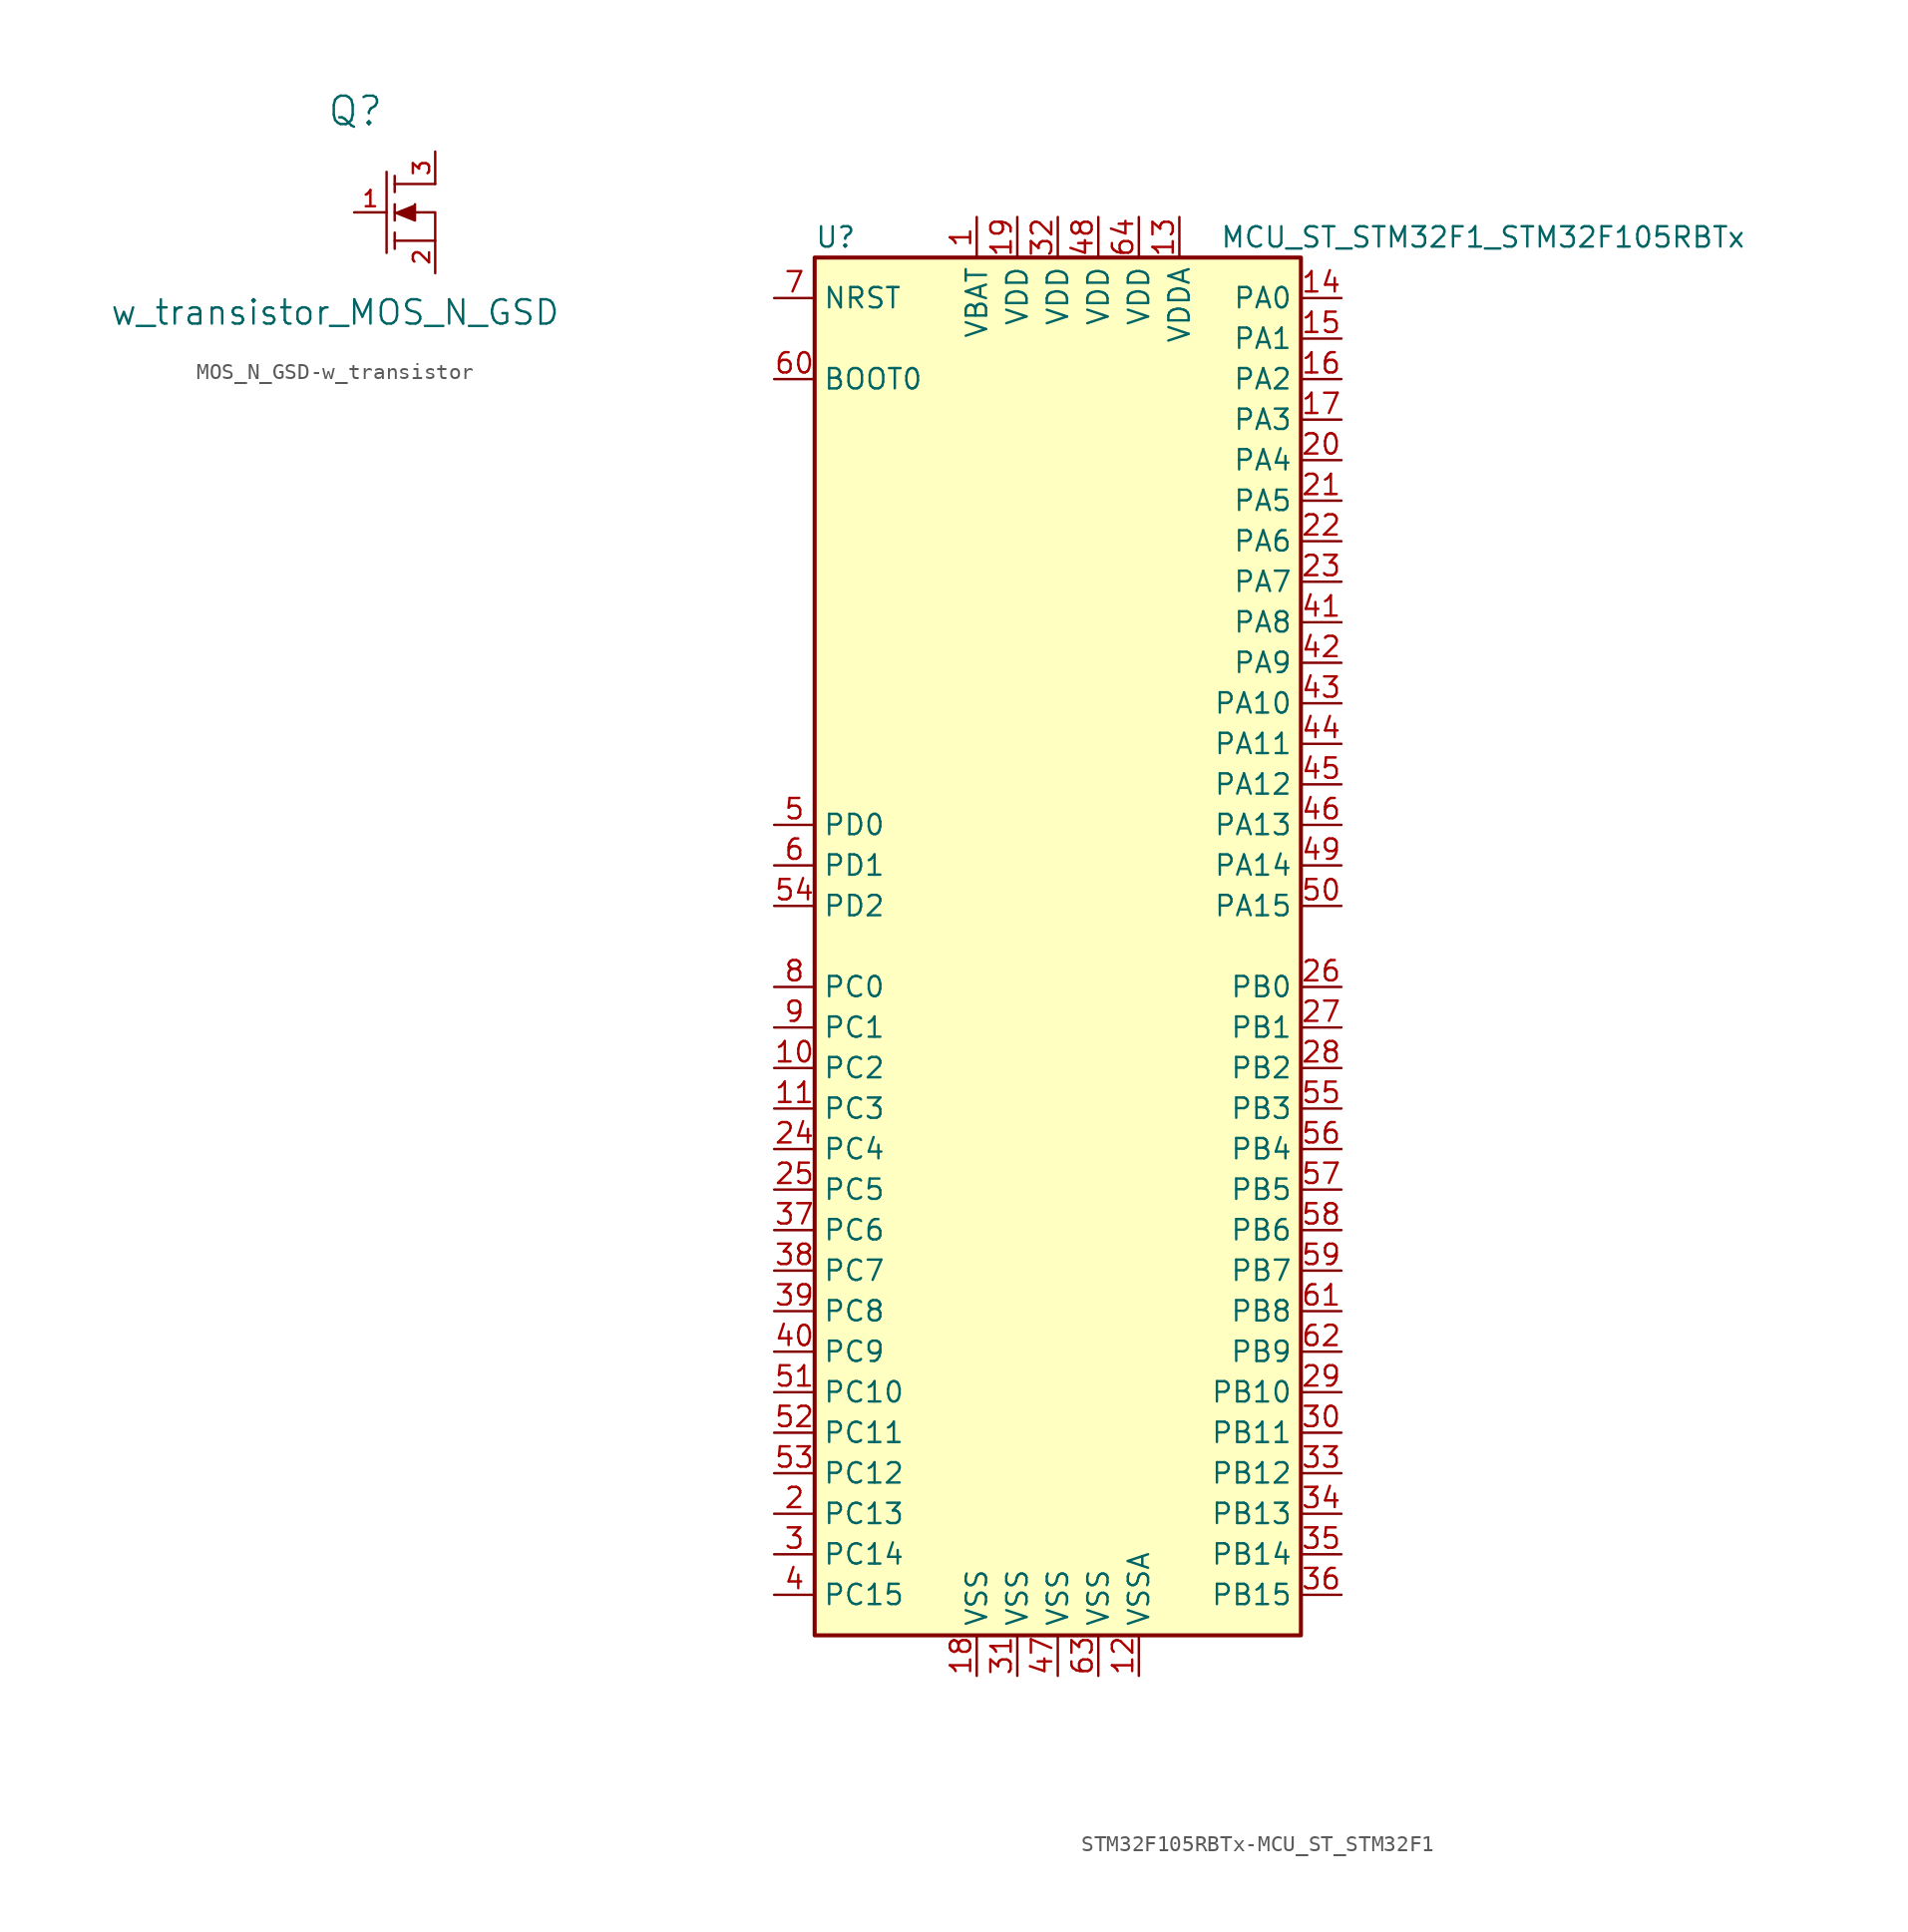
<source format=kicad_sym>
(kicad_symbol_lib
  (version 20220914)
  (generator kicad_symbol_editor)
  (symbol "MOS_N_GSD-w_transistor"
    (pin_names
      (offset 0.762) hide)
    (property "Reference" "Q"
      (at -2.464 6.35 0)
      (effects (font (size 1.778 1.778))))
    (property "Value" "w_transistor_MOS_N_GSD"
      (at -3.734 -6.274 0)
      (effects (font (size 1.524 1.524))))
    (property "Footprint" ""
      (at 0 0 0)
      (effects (font (size 1.524 1.524))))
    (property "Datasheet" ""
      (at 0 0 0)
      (effects (font (size 1.524 1.524))))
    (symbol "MOS_N_GSD-w_transistor_0_1"
      (polyline (pts (xy -0.508 2.54) (xy -0.508 -2.54) (xy -0.508 -2.54)) (stroke (width 0) (type solid)) (fill (type outline)))
      (polyline (pts (xy 0 -2.286) (xy 0 -1.27) (xy 0 -1.27)) (stroke (width 0) (type solid)) (fill (type outline)))
      (polyline (pts (xy 0 -0.508) (xy 0 0.508) (xy 0 0.508)) (stroke (width 0) (type solid)) (fill (type outline)))
      (polyline (pts (xy 0 1.27) (xy 0 2.286) (xy 0 2.286)) (stroke (width 0) (type solid)) (fill (type outline)))
      (polyline (pts (xy 0 1.778) (xy 2.54 1.778) (xy 2.54 1.778)) (stroke (width 0) (type solid)) (fill (type none)))
      (polyline (pts (xy 1.27 0.508) (xy 1.27 -0.508) (xy 0 0) (xy 0 0)) (stroke (width 0) (type solid)) (fill (type outline)))
      (polyline (pts (xy 0 -1.778) (xy 2.54 -1.778) (xy 2.54 0) (xy 1.27 0) (xy 1.27 0)) (stroke (width 0) (type solid)) (fill (type none))))
    (symbol "MOS_N_GSD-w_transistor_1_1"
      (pin input line (at -2.54 0 0) (length 2.032) (name "G" (effects (font (size 1.016 1.016)))) (number "1" (effects (font (size 1.016 1.016)))))
      (pin passive line (at 2.54 -3.81 90) (length 2.032) (name "S" (effects (font (size 1.016 1.016)))) (number "2" (effects (font (size 1.016 1.016)))))
      (pin passive line (at 2.54 3.81 270) (length 2.032) (name "D" (effects (font (size 1.016 1.016)))) (number "3" (effects (font (size 1.016 1.016)))))))
  (symbol "STM32F105RBTx-MCU_ST_STM32F1"
    (property "Reference" "U"
      (at -15.24 44.45 0)
      (effects (font (size 1.27 1.27)) (justify left)))
    (property "Value" "MCU_ST_STM32F1_STM32F105RBTx"
      (at 10.16 44.45 0)
      (effects (font (size 1.27 1.27)) (justify left)))
    (symbol "STM32F105RBTx-MCU_ST_STM32F1_0_1"
      (rectangle (start -15.24 -43.18) (end 15.24 43.18) (stroke (width 0.254) (type solid)) (fill (type background))))
    (symbol "STM32F105RBTx-MCU_ST_STM32F1_1_1"
      (pin power_in line (at -5.08 45.72 270) (length 2.54) (name "VBAT" (effects (font (size 1.27 1.27)))) (number "1" (effects (font (size 1.27 1.27)))))
      (pin bidirectional line (at -17.78 -7.62 0) (length 2.54) (name "PC2" (effects (font (size 1.27 1.27)))) (number "10" (effects (font (size 1.27 1.27)))))
      (pin bidirectional line (at -17.78 -10.16 0) (length 2.54) (name "PC3" (effects (font (size 1.27 1.27)))) (number "11" (effects (font (size 1.27 1.27)))))
      (pin power_in line (at 5.08 -45.72 90) (length 2.54) (name "VSSA" (effects (font (size 1.27 1.27)))) (number "12" (effects (font (size 1.27 1.27)))))
      (pin power_in line (at 7.62 45.72 270) (length 2.54) (name "VDDA" (effects (font (size 1.27 1.27)))) (number "13" (effects (font (size 1.27 1.27)))))
      (pin bidirectional line (at 17.78 40.64 180) (length 2.54) (name "PA0" (effects (font (size 1.27 1.27)))) (number "14" (effects (font (size 1.27 1.27)))))
      (pin bidirectional line (at 17.78 38.1 180) (length 2.54) (name "PA1" (effects (font (size 1.27 1.27)))) (number "15" (effects (font (size 1.27 1.27)))))
      (pin bidirectional line (at 17.78 35.56 180) (length 2.54) (name "PA2" (effects (font (size 1.27 1.27)))) (number "16" (effects (font (size 1.27 1.27)))))
      (pin bidirectional line (at 17.78 33.02 180) (length 2.54) (name "PA3" (effects (font (size 1.27 1.27)))) (number "17" (effects (font (size 1.27 1.27)))))
      (pin power_in line (at -5.08 -45.72 90) (length 2.54) (name "VSS" (effects (font (size 1.27 1.27)))) (number "18" (effects (font (size 1.27 1.27)))))
      (pin power_in line (at -2.54 45.72 270) (length 2.54) (name "VDD" (effects (font (size 1.27 1.27)))) (number "19" (effects (font (size 1.27 1.27)))))
      (pin bidirectional line (at -17.78 -35.56 0) (length 2.54) (name "PC13" (effects (font (size 1.27 1.27)))) (number "2" (effects (font (size 1.27 1.27)))))
      (pin bidirectional line (at 17.78 30.48 180) (length 2.54) (name "PA4" (effects (font (size 1.27 1.27)))) (number "20" (effects (font (size 1.27 1.27)))))
      (pin bidirectional line (at 17.78 27.94 180) (length 2.54) (name "PA5" (effects (font (size 1.27 1.27)))) (number "21" (effects (font (size 1.27 1.27)))))
      (pin bidirectional line (at 17.78 25.4 180) (length 2.54) (name "PA6" (effects (font (size 1.27 1.27)))) (number "22" (effects (font (size 1.27 1.27)))))
      (pin bidirectional line (at 17.78 22.86 180) (length 2.54) (name "PA7" (effects (font (size 1.27 1.27)))) (number "23" (effects (font (size 1.27 1.27)))))
      (pin bidirectional line (at -17.78 -12.7 0) (length 2.54) (name "PC4" (effects (font (size 1.27 1.27)))) (number "24" (effects (font (size 1.27 1.27)))))
      (pin bidirectional line (at -17.78 -15.24 0) (length 2.54) (name "PC5" (effects (font (size 1.27 1.27)))) (number "25" (effects (font (size 1.27 1.27)))))
      (pin bidirectional line (at 17.78 -2.54 180) (length 2.54) (name "PB0" (effects (font (size 1.27 1.27)))) (number "26" (effects (font (size 1.27 1.27)))))
      (pin bidirectional line (at 17.78 -5.08 180) (length 2.54) (name "PB1" (effects (font (size 1.27 1.27)))) (number "27" (effects (font (size 1.27 1.27)))))
      (pin bidirectional line (at 17.78 -7.62 180) (length 2.54) (name "PB2" (effects (font (size 1.27 1.27)))) (number "28" (effects (font (size 1.27 1.27)))))
      (pin bidirectional line (at 17.78 -27.94 180) (length 2.54) (name "PB10" (effects (font (size 1.27 1.27)))) (number "29" (effects (font (size 1.27 1.27)))))
      (pin bidirectional line (at -17.78 -38.1 0) (length 2.54) (name "PC14" (effects (font (size 1.27 1.27)))) (number "3" (effects (font (size 1.27 1.27)))))
      (pin bidirectional line (at 17.78 -30.48 180) (length 2.54) (name "PB11" (effects (font (size 1.27 1.27)))) (number "30" (effects (font (size 1.27 1.27)))))
      (pin power_in line (at -2.54 -45.72 90) (length 2.54) (name "VSS" (effects (font (size 1.27 1.27)))) (number "31" (effects (font (size 1.27 1.27)))))
      (pin power_in line (at 0 45.72 270) (length 2.54) (name "VDD" (effects (font (size 1.27 1.27)))) (number "32" (effects (font (size 1.27 1.27)))))
      (pin bidirectional line (at 17.78 -33.02 180) (length 2.54) (name "PB12" (effects (font (size 1.27 1.27)))) (number "33" (effects (font (size 1.27 1.27)))))
      (pin bidirectional line (at 17.78 -35.56 180) (length 2.54) (name "PB13" (effects (font (size 1.27 1.27)))) (number "34" (effects (font (size 1.27 1.27)))))
      (pin bidirectional line (at 17.78 -38.1 180) (length 2.54) (name "PB14" (effects (font (size 1.27 1.27)))) (number "35" (effects (font (size 1.27 1.27)))))
      (pin bidirectional line (at 17.78 -40.64 180) (length 2.54) (name "PB15" (effects (font (size 1.27 1.27)))) (number "36" (effects (font (size 1.27 1.27)))))
      (pin bidirectional line (at -17.78 -17.78 0) (length 2.54) (name "PC6" (effects (font (size 1.27 1.27)))) (number "37" (effects (font (size 1.27 1.27)))))
      (pin bidirectional line (at -17.78 -20.32 0) (length 2.54) (name "PC7" (effects (font (size 1.27 1.27)))) (number "38" (effects (font (size 1.27 1.27)))))
      (pin bidirectional line (at -17.78 -22.86 0) (length 2.54) (name "PC8" (effects (font (size 1.27 1.27)))) (number "39" (effects (font (size 1.27 1.27)))))
      (pin bidirectional line (at -17.78 -40.64 0) (length 2.54) (name "PC15" (effects (font (size 1.27 1.27)))) (number "4" (effects (font (size 1.27 1.27)))))
      (pin bidirectional line (at -17.78 -25.4 0) (length 2.54) (name "PC9" (effects (font (size 1.27 1.27)))) (number "40" (effects (font (size 1.27 1.27)))))
      (pin bidirectional line (at 17.78 20.32 180) (length 2.54) (name "PA8" (effects (font (size 1.27 1.27)))) (number "41" (effects (font (size 1.27 1.27)))))
      (pin bidirectional line (at 17.78 17.78 180) (length 2.54) (name "PA9" (effects (font (size 1.27 1.27)))) (number "42" (effects (font (size 1.27 1.27)))))
      (pin bidirectional line (at 17.78 15.24 180) (length 2.54) (name "PA10" (effects (font (size 1.27 1.27)))) (number "43" (effects (font (size 1.27 1.27)))))
      (pin bidirectional line (at 17.78 12.7 180) (length 2.54) (name "PA11" (effects (font (size 1.27 1.27)))) (number "44" (effects (font (size 1.27 1.27)))))
      (pin bidirectional line (at 17.78 10.16 180) (length 2.54) (name "PA12" (effects (font (size 1.27 1.27)))) (number "45" (effects (font (size 1.27 1.27)))))
      (pin bidirectional line (at 17.78 7.62 180) (length 2.54) (name "PA13" (effects (font (size 1.27 1.27)))) (number "46" (effects (font (size 1.27 1.27)))))
      (pin power_in line (at 0 -45.72 90) (length 2.54) (name "VSS" (effects (font (size 1.27 1.27)))) (number "47" (effects (font (size 1.27 1.27)))))
      (pin power_in line (at 2.54 45.72 270) (length 2.54) (name "VDD" (effects (font (size 1.27 1.27)))) (number "48" (effects (font (size 1.27 1.27)))))
      (pin bidirectional line (at 17.78 5.08 180) (length 2.54) (name "PA14" (effects (font (size 1.27 1.27)))) (number "49" (effects (font (size 1.27 1.27)))))
      (pin input line (at -17.78 7.62 0) (length 2.54) (name "PD0" (effects (font (size 1.27 1.27)))) (number "5" (effects (font (size 1.27 1.27)))))
      (pin bidirectional line (at 17.78 2.54 180) (length 2.54) (name "PA15" (effects (font (size 1.27 1.27)))) (number "50" (effects (font (size 1.27 1.27)))))
      (pin bidirectional line (at -17.78 -27.94 0) (length 2.54) (name "PC10" (effects (font (size 1.27 1.27)))) (number "51" (effects (font (size 1.27 1.27)))))
      (pin bidirectional line (at -17.78 -30.48 0) (length 2.54) (name "PC11" (effects (font (size 1.27 1.27)))) (number "52" (effects (font (size 1.27 1.27)))))
      (pin bidirectional line (at -17.78 -33.02 0) (length 2.54) (name "PC12" (effects (font (size 1.27 1.27)))) (number "53" (effects (font (size 1.27 1.27)))))
      (pin bidirectional line (at -17.78 2.54 0) (length 2.54) (name "PD2" (effects (font (size 1.27 1.27)))) (number "54" (effects (font (size 1.27 1.27)))))
      (pin bidirectional line (at 17.78 -10.16 180) (length 2.54) (name "PB3" (effects (font (size 1.27 1.27)))) (number "55" (effects (font (size 1.27 1.27)))))
      (pin bidirectional line (at 17.78 -12.7 180) (length 2.54) (name "PB4" (effects (font (size 1.27 1.27)))) (number "56" (effects (font (size 1.27 1.27)))))
      (pin bidirectional line (at 17.78 -15.24 180) (length 2.54) (name "PB5" (effects (font (size 1.27 1.27)))) (number "57" (effects (font (size 1.27 1.27)))))
      (pin bidirectional line (at 17.78 -17.78 180) (length 2.54) (name "PB6" (effects (font (size 1.27 1.27)))) (number "58" (effects (font (size 1.27 1.27)))))
      (pin bidirectional line (at 17.78 -20.32 180) (length 2.54) (name "PB7" (effects (font (size 1.27 1.27)))) (number "59" (effects (font (size 1.27 1.27)))))
      (pin input line (at -17.78 5.08 0) (length 2.54) (name "PD1" (effects (font (size 1.27 1.27)))) (number "6" (effects (font (size 1.27 1.27)))))
      (pin input line (at -17.78 35.56 0) (length 2.54) (name "BOOT0" (effects (font (size 1.27 1.27)))) (number "60" (effects (font (size 1.27 1.27)))))
      (pin bidirectional line (at 17.78 -22.86 180) (length 2.54) (name "PB8" (effects (font (size 1.27 1.27)))) (number "61" (effects (font (size 1.27 1.27)))))
      (pin bidirectional line (at 17.78 -25.4 180) (length 2.54) (name "PB9" (effects (font (size 1.27 1.27)))) (number "62" (effects (font (size 1.27 1.27)))))
      (pin power_in line (at 2.54 -45.72 90) (length 2.54) (name "VSS" (effects (font (size 1.27 1.27)))) (number "63" (effects (font (size 1.27 1.27)))))
      (pin power_in line (at 5.08 45.72 270) (length 2.54) (name "VDD" (effects (font (size 1.27 1.27)))) (number "64" (effects (font (size 1.27 1.27)))))
      (pin input line (at -17.78 40.64 0) (length 2.54) (name "NRST" (effects (font (size 1.27 1.27)))) (number "7" (effects (font (size 1.27 1.27)))))
      (pin bidirectional line (at -17.78 -2.54 0) (length 2.54) (name "PC0" (effects (font (size 1.27 1.27)))) (number "8" (effects (font (size 1.27 1.27)))))
      (pin bidirectional line (at -17.78 -5.08 0) (length 2.54) (name "PC1" (effects (font (size 1.27 1.27)))) (number "9" (effects (font (size 1.27 1.27))))))))
</source>
